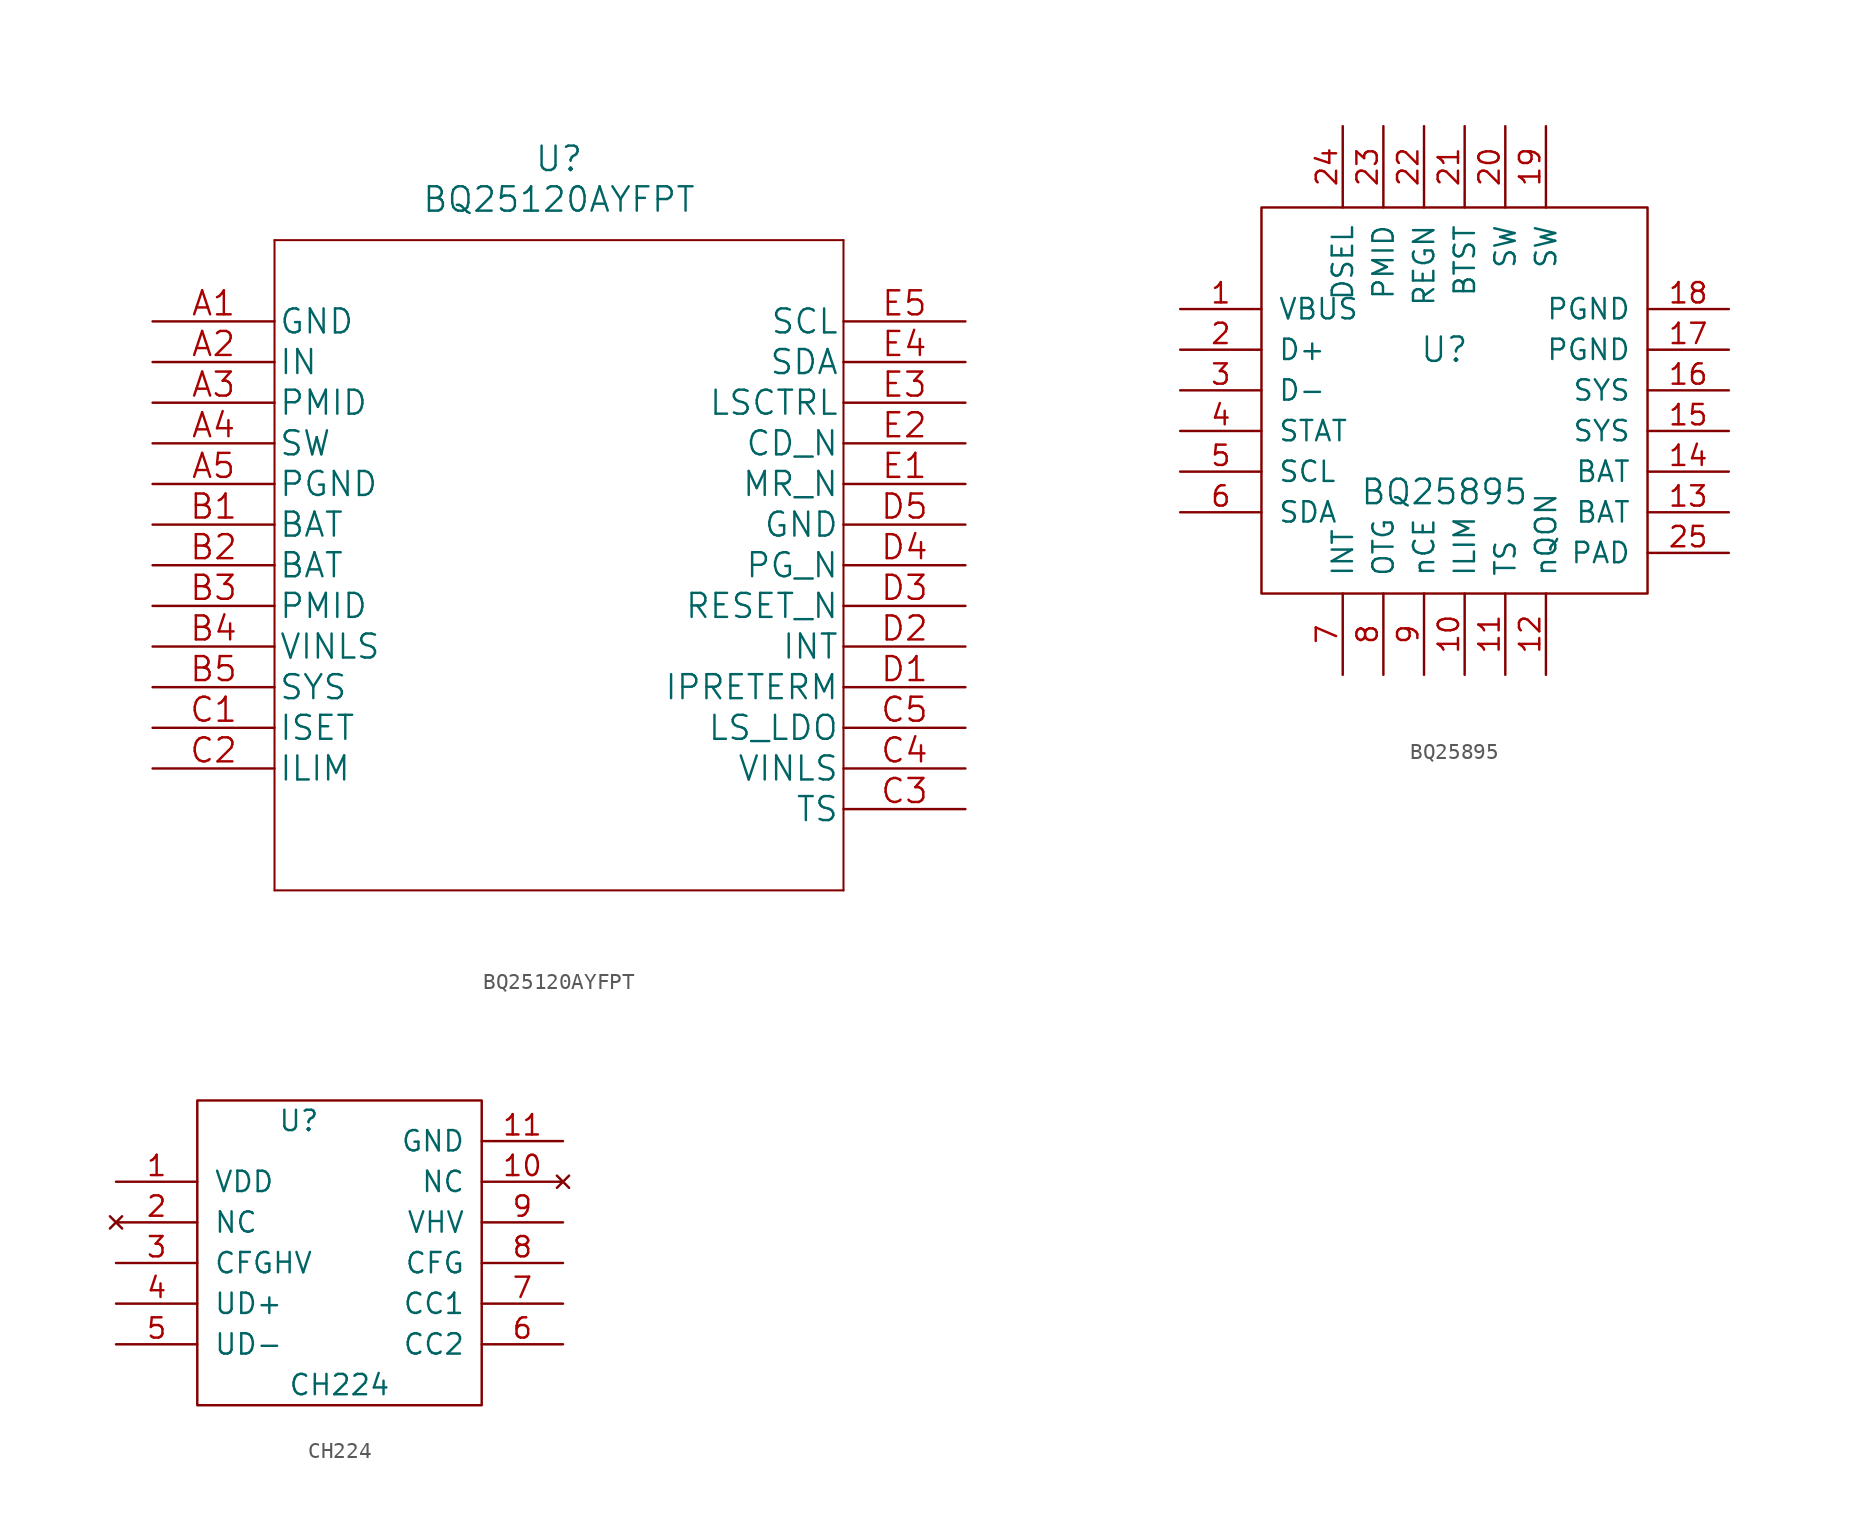
<source format=kicad_sym>
(kicad_symbol_lib
  (version 20220914)
  (generator kicad_symbol_editor)
  (symbol "BQ25120AYFPT"
    (pin_names
      (offset 0.254))
    (property "Reference" "U"
      (at 25.4 10.16 0)
      (effects (font (size 1.524 1.524))))
    (property "Value" "BQ25120AYFPT"
      (at 25.4 7.62 0)
      (effects (font (size 1.524 1.524))))
    (property "Datasheet" ""
      (at 0 0 0)
      (effects (font (size 1.524 1.524))))
    (symbol "BQ25120AYFPT_1_1"
      (polyline (pts (xy 7.62 -35.56) (xy 43.18 -35.56)) (stroke (width 0.127) (type default)) (fill (type none)))
      (polyline (pts (xy 7.62 5.08) (xy 7.62 -35.56)) (stroke (width 0.127) (type default)) (fill (type none)))
      (polyline (pts (xy 43.18 -35.56) (xy 43.18 5.08)) (stroke (width 0.127) (type default)) (fill (type none)))
      (polyline (pts (xy 43.18 5.08) (xy 7.62 5.08)) (stroke (width 0.127) (type default)) (fill (type none)))
      (pin power_in line (at 0 0 0) (length 7.62) (name "GND" (effects (font (size 1.499 1.499)))) (number "A1" (effects (font (size 1.499 1.499)))))
      (pin power_in line (at 0 -2.54 0) (length 7.62) (name "IN" (effects (font (size 1.499 1.499)))) (number "A2" (effects (font (size 1.499 1.499)))))
      (pin bidirectional line (at 0 -5.08 0) (length 7.62) (name "PMID" (effects (font (size 1.499 1.499)))) (number "A3" (effects (font (size 1.499 1.499)))))
      (pin power_in line (at 0 -7.62 0) (length 7.62) (name "SW" (effects (font (size 1.499 1.499)))) (number "A4" (effects (font (size 1.499 1.499)))))
      (pin power_in line (at 0 -10.16 0) (length 7.62) (name "PGND" (effects (font (size 1.499 1.499)))) (number "A5" (effects (font (size 1.499 1.499)))))
      (pin power_in line (at 0 -12.7 0) (length 7.62) (name "BAT" (effects (font (size 1.499 1.499)))) (number "B1" (effects (font (size 1.499 1.499)))))
      (pin power_in line (at 0 -15.24 0) (length 7.62) (name "BAT" (effects (font (size 1.499 1.499)))) (number "B2" (effects (font (size 1.499 1.499)))))
      (pin bidirectional line (at 0 -17.78 0) (length 7.62) (name "PMID" (effects (font (size 1.499 1.499)))) (number "B3" (effects (font (size 1.499 1.499)))))
      (pin input line (at 0 -20.32 0) (length 7.62) (name "VINLS" (effects (font (size 1.499 1.499)))) (number "B4" (effects (font (size 1.499 1.499)))))
      (pin input line (at 0 -22.86 0) (length 7.62) (name "SYS" (effects (font (size 1.499 1.499)))) (number "B5" (effects (font (size 1.499 1.499)))))
      (pin input line (at 0 -25.4 0) (length 7.62) (name "ISET" (effects (font (size 1.499 1.499)))) (number "C1" (effects (font (size 1.499 1.499)))))
      (pin input line (at 0 -27.94 0) (length 7.62) (name "ILIM" (effects (font (size 1.499 1.499)))) (number "C2" (effects (font (size 1.499 1.499)))))
      (pin input line (at 50.8 -30.48 180) (length 7.62) (name "TS" (effects (font (size 1.499 1.499)))) (number "C3" (effects (font (size 1.499 1.499)))))
      (pin input line (at 50.8 -27.94 180) (length 7.62) (name "VINLS" (effects (font (size 1.499 1.499)))) (number "C4" (effects (font (size 1.499 1.499)))))
      (pin output line (at 50.8 -25.4 180) (length 7.62) (name "LS_LDO" (effects (font (size 1.499 1.499)))) (number "C5" (effects (font (size 1.499 1.499)))))
      (pin input line (at 50.8 -22.86 180) (length 7.62) (name "IPRETERM" (effects (font (size 1.499 1.499)))) (number "D1" (effects (font (size 1.499 1.499)))))
      (pin output line (at 50.8 -20.32 180) (length 7.62) (name "INT" (effects (font (size 1.499 1.499)))) (number "D2" (effects (font (size 1.499 1.499)))))
      (pin output line (at 50.8 -17.78 180) (length 7.62) (name "RESET_N" (effects (font (size 1.499 1.499)))) (number "D3" (effects (font (size 1.499 1.499)))))
      (pin output line (at 50.8 -15.24 180) (length 7.62) (name "PG_N" (effects (font (size 1.499 1.499)))) (number "D4" (effects (font (size 1.499 1.499)))))
      (pin power_in line (at 50.8 -12.7 180) (length 7.62) (name "GND" (effects (font (size 1.499 1.499)))) (number "D5" (effects (font (size 1.499 1.499)))))
      (pin input line (at 50.8 -10.16 180) (length 7.62) (name "MR_N" (effects (font (size 1.499 1.499)))) (number "E1" (effects (font (size 1.499 1.499)))))
      (pin input line (at 50.8 -7.62 180) (length 7.62) (name "CD_N" (effects (font (size 1.499 1.499)))) (number "E2" (effects (font (size 1.499 1.499)))))
      (pin input line (at 50.8 -5.08 180) (length 7.62) (name "LSCTRL" (effects (font (size 1.499 1.499)))) (number "E3" (effects (font (size 1.499 1.499)))))
      (pin bidirectional line (at 50.8 -2.54 180) (length 7.62) (name "SDA" (effects (font (size 1.499 1.499)))) (number "E4" (effects (font (size 1.499 1.499)))))
      (pin input line (at 50.8 0 180) (length 7.62) (name "SCL" (effects (font (size 1.499 1.499)))) (number "E5" (effects (font (size 1.499 1.499)))))))
  (symbol "BQ25895"
    (pin_names
      (offset 1.016))
    (property "Reference" "U"
      (at -11.43 10.16 0)
      (effects (font (size 1.524 1.524))))
    (property "Value" "BQ25895"
      (at -11.43 1.27 0)
      (effects (font (size 1.524 1.524))))
    (property "Footprint" ""
      (at 0 0 0)
      (effects (font (size 1.524 1.524))))
    (property "Datasheet" ""
      (at 0 0 0)
      (effects (font (size 1.524 1.524))))
    (symbol "BQ25895_0_1"
      (rectangle (start -22.86 19.05) (end 1.27 -5.08) (stroke (width 0) (type default)) (fill (type none))))
    (symbol "BQ25895_1_1"
      (pin input line (at -27.94 12.7 0) (length 5.08) (name "VBUS" (effects (font (size 1.27 1.27)))) (number "1" (effects (font (size 1.27 1.27)))))
      (pin input line (at -10.16 -10.16 90) (length 5.08) (name "ILIM" (effects (font (size 1.27 1.27)))) (number "10" (effects (font (size 1.27 1.27)))))
      (pin input line (at -7.62 -10.16 90) (length 5.08) (name "TS" (effects (font (size 1.27 1.27)))) (number "11" (effects (font (size 1.27 1.27)))))
      (pin input line (at -5.08 -10.16 90) (length 5.08) (name "nQON" (effects (font (size 1.27 1.27)))) (number "12" (effects (font (size 1.27 1.27)))))
      (pin input line (at 6.35 0 180) (length 5.08) (name "BAT" (effects (font (size 1.27 1.27)))) (number "13" (effects (font (size 1.27 1.27)))))
      (pin input line (at 6.35 2.54 180) (length 5.08) (name "BAT" (effects (font (size 1.27 1.27)))) (number "14" (effects (font (size 1.27 1.27)))))
      (pin input line (at 6.35 5.08 180) (length 5.08) (name "SYS" (effects (font (size 1.27 1.27)))) (number "15" (effects (font (size 1.27 1.27)))))
      (pin input line (at 6.35 7.62 180) (length 5.08) (name "SYS" (effects (font (size 1.27 1.27)))) (number "16" (effects (font (size 1.27 1.27)))))
      (pin input line (at 6.35 10.16 180) (length 5.08) (name "PGND" (effects (font (size 1.27 1.27)))) (number "17" (effects (font (size 1.27 1.27)))))
      (pin input line (at 6.35 12.7 180) (length 5.08) (name "PGND" (effects (font (size 1.27 1.27)))) (number "18" (effects (font (size 1.27 1.27)))))
      (pin input line (at -5.08 24.13 270) (length 5.08) (name "SW" (effects (font (size 1.27 1.27)))) (number "19" (effects (font (size 1.27 1.27)))))
      (pin input line (at -27.94 10.16 0) (length 5.08) (name "D+" (effects (font (size 1.27 1.27)))) (number "2" (effects (font (size 1.27 1.27)))))
      (pin input line (at -7.62 24.13 270) (length 5.08) (name "SW" (effects (font (size 1.27 1.27)))) (number "20" (effects (font (size 1.27 1.27)))))
      (pin input line (at -10.16 24.13 270) (length 5.08) (name "BTST" (effects (font (size 1.27 1.27)))) (number "21" (effects (font (size 1.27 1.27)))))
      (pin input line (at -12.7 24.13 270) (length 5.08) (name "REGN" (effects (font (size 1.27 1.27)))) (number "22" (effects (font (size 1.27 1.27)))))
      (pin input line (at -15.24 24.13 270) (length 5.08) (name "PMID" (effects (font (size 1.27 1.27)))) (number "23" (effects (font (size 1.27 1.27)))))
      (pin input line (at -17.78 24.13 270) (length 5.08) (name "DSEL" (effects (font (size 1.27 1.27)))) (number "24" (effects (font (size 1.27 1.27)))))
      (pin input line (at 6.35 -2.54 180) (length 5.08) (name "PAD" (effects (font (size 1.27 1.27)))) (number "25" (effects (font (size 1.27 1.27)))))
      (pin input line (at -27.94 7.62 0) (length 5.08) (name "D-" (effects (font (size 1.27 1.27)))) (number "3" (effects (font (size 1.27 1.27)))))
      (pin input line (at -27.94 5.08 0) (length 5.08) (name "STAT" (effects (font (size 1.27 1.27)))) (number "4" (effects (font (size 1.27 1.27)))))
      (pin input line (at -27.94 2.54 0) (length 5.08) (name "SCL" (effects (font (size 1.27 1.27)))) (number "5" (effects (font (size 1.27 1.27)))))
      (pin input line (at -27.94 0 0) (length 5.08) (name "SDA" (effects (font (size 1.27 1.27)))) (number "6" (effects (font (size 1.27 1.27)))))
      (pin input line (at -17.78 -10.16 90) (length 5.08) (name "INT" (effects (font (size 1.27 1.27)))) (number "7" (effects (font (size 1.27 1.27)))))
      (pin input line (at -15.24 -10.16 90) (length 5.08) (name "OTG" (effects (font (size 1.27 1.27)))) (number "8" (effects (font (size 1.27 1.27)))))
      (pin input line (at -12.7 -10.16 90) (length 5.08) (name "nCE" (effects (font (size 1.27 1.27)))) (number "9" (effects (font (size 1.27 1.27)))))))
  (symbol "CH224"
    (pin_names
      (offset 1.016))
    (property "Reference" "U"
      (at -2.54 8.89 0)
      (effects (font (size 1.27 1.27))))
    (property "Value" "CH224"
      (at 0 -7.62 0)
      (effects (font (size 1.27 1.27))))
    (symbol "CH224_0_1"
      (rectangle (start -8.89 10.16) (end 8.89 -8.89) (stroke (width 0) (type default)) (fill (type none))))
    (symbol "CH224_1_1"
      (pin power_in line (at -13.97 5.08 0) (length 5.08) (name "VDD" (effects (font (size 1.27 1.27)))) (number "1" (effects (font (size 1.27 1.27)))))
      (pin no_connect line (at 13.97 5.08 180) (length 5.08) (name "NC" (effects (font (size 1.27 1.27)))) (number "10" (effects (font (size 1.27 1.27)))))
      (pin power_in line (at 13.97 7.62 180) (length 5.08) (name "GND" (effects (font (size 1.27 1.27)))) (number "11" (effects (font (size 1.27 1.27)))))
      (pin no_connect line (at -13.97 2.54 0) (length 5.08) (name "NC" (effects (font (size 1.27 1.27)))) (number "2" (effects (font (size 1.27 1.27)))))
      (pin input line (at -13.97 0 0) (length 5.08) (name "CFGHV" (effects (font (size 1.27 1.27)))) (number "3" (effects (font (size 1.27 1.27)))))
      (pin tri_state line (at -13.97 -2.54 0) (length 5.08) (name "UD+" (effects (font (size 1.27 1.27)))) (number "4" (effects (font (size 1.27 1.27)))))
      (pin tri_state line (at -13.97 -5.08 0) (length 5.08) (name "UD-" (effects (font (size 1.27 1.27)))) (number "5" (effects (font (size 1.27 1.27)))))
      (pin tri_state line (at 13.97 -5.08 180) (length 5.08) (name "CC2" (effects (font (size 1.27 1.27)))) (number "6" (effects (font (size 1.27 1.27)))))
      (pin tri_state line (at 13.97 -2.54 180) (length 5.08) (name "CC1" (effects (font (size 1.27 1.27)))) (number "7" (effects (font (size 1.27 1.27)))))
      (pin input line (at 13.97 0 180) (length 5.08) (name "CFG" (effects (font (size 1.27 1.27)))) (number "8" (effects (font (size 1.27 1.27)))))
      (pin input line (at 13.97 2.54 180) (length 5.08) (name "VHV" (effects (font (size 1.27 1.27)))) (number "9" (effects (font (size 1.27 1.27))))))))
</source>
